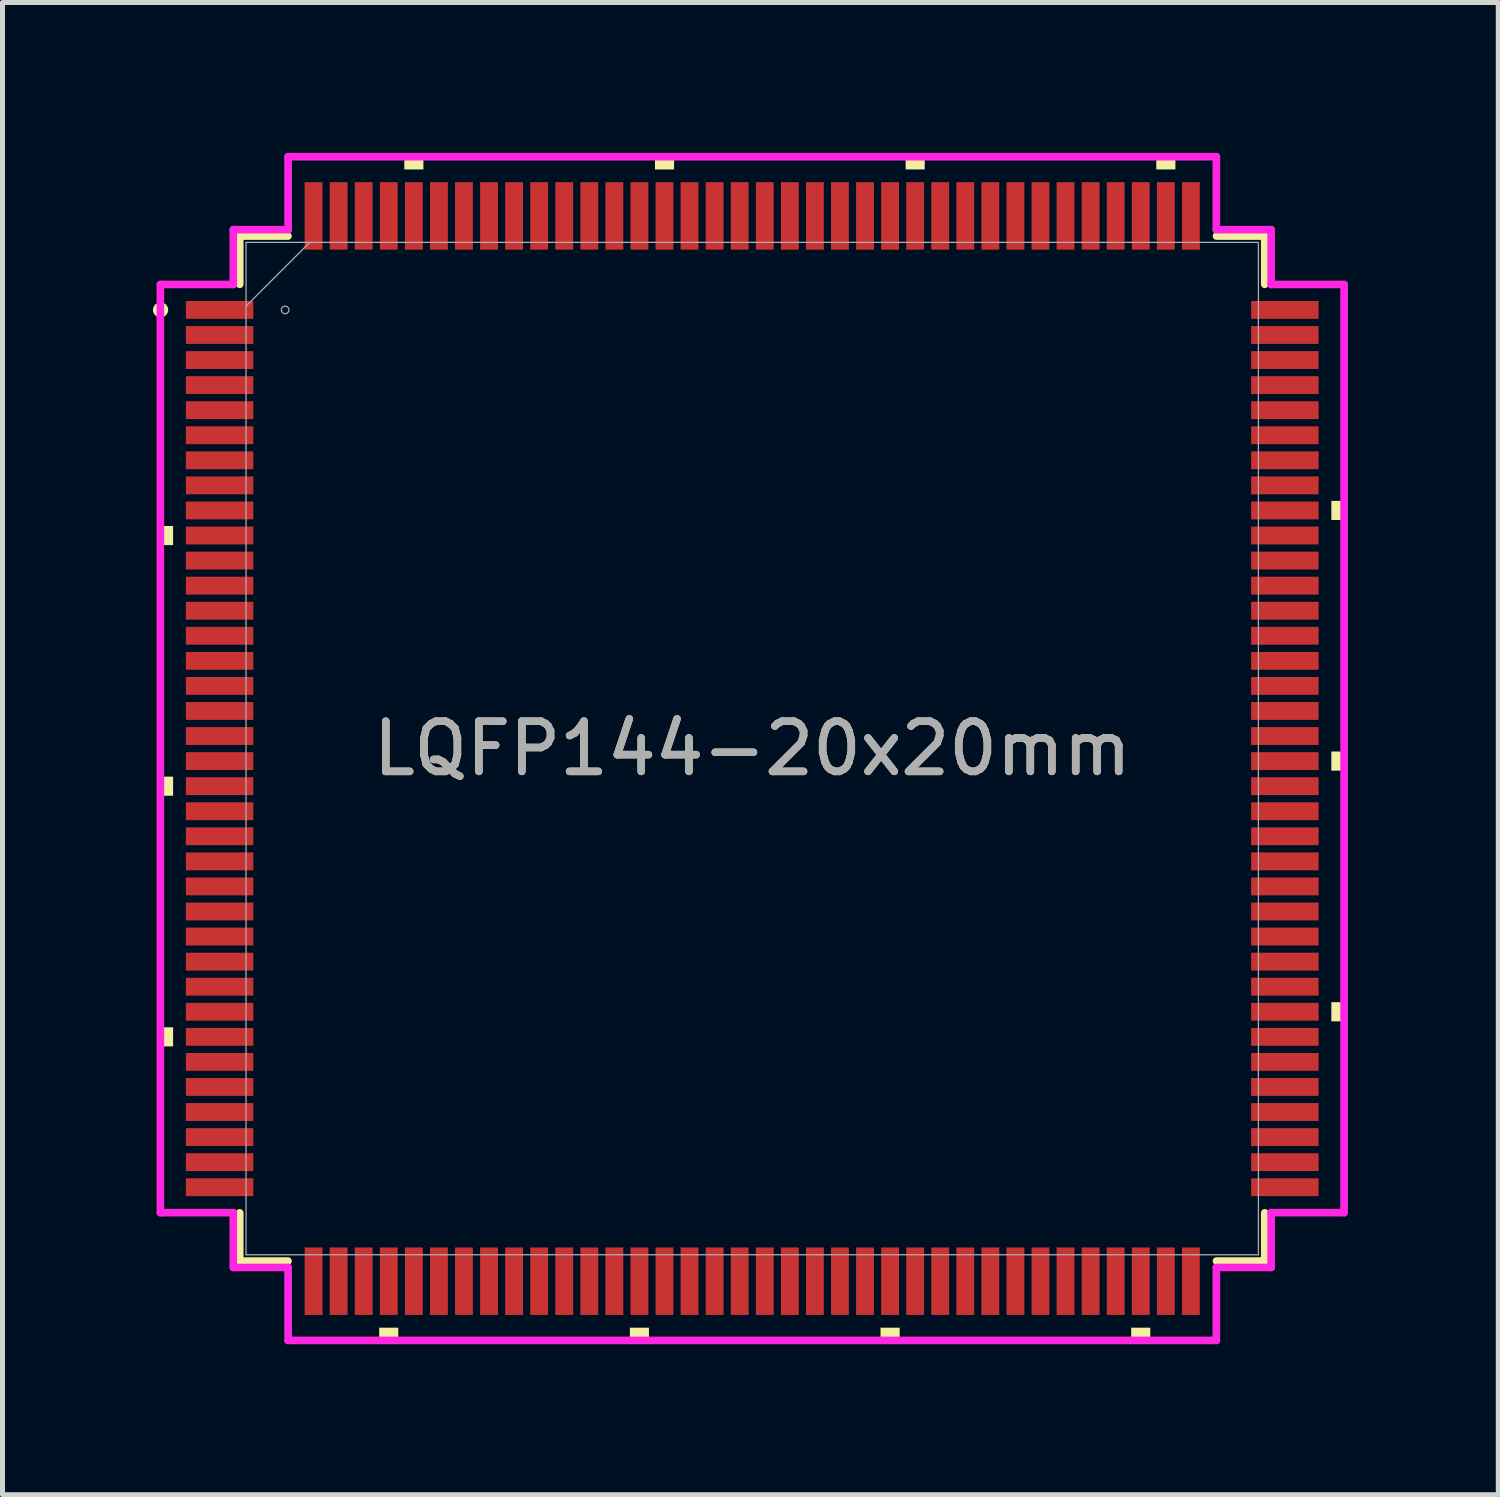
<source format=kicad_pcb>
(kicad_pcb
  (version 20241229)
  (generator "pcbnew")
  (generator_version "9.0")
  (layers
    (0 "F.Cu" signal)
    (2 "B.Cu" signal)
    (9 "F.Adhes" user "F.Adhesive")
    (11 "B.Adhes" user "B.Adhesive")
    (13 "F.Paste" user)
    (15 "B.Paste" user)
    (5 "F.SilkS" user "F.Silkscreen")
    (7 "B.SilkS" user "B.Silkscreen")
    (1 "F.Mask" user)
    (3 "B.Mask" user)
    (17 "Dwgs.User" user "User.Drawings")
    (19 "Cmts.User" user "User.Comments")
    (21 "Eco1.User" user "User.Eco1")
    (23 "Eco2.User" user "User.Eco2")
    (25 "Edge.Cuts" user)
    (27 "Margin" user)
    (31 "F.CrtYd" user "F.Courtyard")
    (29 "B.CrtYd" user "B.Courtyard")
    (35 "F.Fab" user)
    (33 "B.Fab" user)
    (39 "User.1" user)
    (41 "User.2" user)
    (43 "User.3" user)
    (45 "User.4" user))
  (footprint "LQFP144-20x20mm"
    (layer "F.Cu")
    (at 11.955 11.882)
    (property "Reference" "LQFP144-20x20mm" (at 0 0 0) (unlocked yes) (layer "F.SilkS") (effects (font (size 1 1) (thickness 0.15))))
    (attr smd)
    (fp_line (start -10.223 -10.223) (end -10.223 -9.261) (stroke (width 0.152) (type solid)) (layer "F.SilkS"))
    (fp_line (start -10.223 9.261) (end -10.223 10.223) (stroke (width 0.152) (type solid)) (layer "F.SilkS"))
    (fp_line (start -10.223 10.223) (end -9.261 10.223) (stroke (width 0.152) (type solid)) (layer "F.SilkS"))
    (fp_line (start -9.261 -10.223) (end -10.223 -10.223) (stroke (width 0.152) (type solid)) (layer "F.SilkS"))
    (fp_line (start 9.261 10.223) (end 10.223 10.223) (stroke (width 0.152) (type solid)) (layer "F.SilkS"))
    (fp_line (start 10.223 -10.223) (end 9.261 -10.223) (stroke (width 0.152) (type solid)) (layer "F.SilkS"))
    (fp_line (start 10.223 -9.261) (end 10.223 -10.223) (stroke (width 0.152) (type solid)) (layer "F.SilkS"))
    (fp_line (start 10.223 10.223) (end 10.223 9.261) (stroke (width 0.152) (type solid)) (layer "F.SilkS"))
    (fp_circle (center -11.802 -8.75) (end -11.726 -8.75) (stroke (width 0.152) (type solid)) (fill no) (layer "F.SilkS"))
    (fp_poly (pts (xy -11.806 -4.44) (xy -11.806 -4.059) (xy -11.552 -4.059) (xy -11.552 -4.44)) (stroke (width 0) (type solid)) (fill yes) (layer "F.SilkS"))
    (fp_poly (pts (xy -11.806 0.56) (xy -11.806 0.941) (xy -11.552 0.941) (xy -11.552 0.56)) (stroke (width 0) (type solid)) (fill yes) (layer "F.SilkS"))
    (fp_poly (pts (xy -11.806 5.56) (xy -11.806 5.941) (xy -11.552 5.941) (xy -11.552 5.56)) (stroke (width 0) (type solid)) (fill yes) (layer "F.SilkS"))
    (fp_poly (pts (xy -7.441 11.552) (xy -7.441 11.806) (xy -7.06 11.806) (xy -7.06 11.552)) (stroke (width 0) (type solid)) (fill yes) (layer "F.SilkS"))
    (fp_poly (pts (xy -6.94 -11.552) (xy -6.94 -11.806) (xy -6.559 -11.806) (xy -6.559 -11.552)) (stroke (width 0) (type solid)) (fill yes) (layer "F.SilkS"))
    (fp_poly (pts (xy -2.441 11.552) (xy -2.441 11.806) (xy -2.06 11.806) (xy -2.06 11.552)) (stroke (width 0) (type solid)) (fill yes) (layer "F.SilkS"))
    (fp_poly (pts (xy -1.94 -11.552) (xy -1.94 -11.806) (xy -1.559 -11.806) (xy -1.559 -11.552)) (stroke (width 0) (type solid)) (fill yes) (layer "F.SilkS"))
    (fp_poly (pts (xy 2.559 11.552) (xy 2.559 11.806) (xy 2.941 11.806) (xy 2.941 11.552)) (stroke (width 0) (type solid)) (fill yes) (layer "F.SilkS"))
    (fp_poly (pts (xy 3.06 -11.552) (xy 3.06 -11.806) (xy 3.441 -11.806) (xy 3.441 -11.552)) (stroke (width 0) (type solid)) (fill yes) (layer "F.SilkS"))
    (fp_poly (pts (xy 7.559 11.552) (xy 7.559 11.806) (xy 7.941 11.806) (xy 7.941 11.552)) (stroke (width 0) (type solid)) (fill yes) (layer "F.SilkS"))
    (fp_poly (pts (xy 8.06 -11.552) (xy 8.06 -11.806) (xy 8.441 -11.806) (xy 8.441 -11.552)) (stroke (width 0) (type solid)) (fill yes) (layer "F.SilkS"))
    (fp_poly (pts (xy 11.806 -4.941) (xy 11.806 -4.56) (xy 11.552 -4.56) (xy 11.552 -4.941)) (stroke (width 0) (type solid)) (fill yes) (layer "F.SilkS"))
    (fp_poly (pts (xy 11.806 0.059) (xy 11.806 0.441) (xy 11.552 0.441) (xy 11.552 0.059)) (stroke (width 0) (type solid)) (fill yes) (layer "F.SilkS"))
    (fp_poly (pts (xy 11.806 5.059) (xy 11.806 5.441) (xy 11.552 5.441) (xy 11.552 5.059)) (stroke (width 0) (type solid)) (fill yes) (layer "F.SilkS"))
    (fp_line (start -11.806 -9.258) (end -10.351 -9.258) (stroke (width 0.152) (type solid)) (layer "F.CrtYd"))
    (fp_line (start -11.806 9.258) (end -11.806 -9.258) (stroke (width 0.152) (type solid)) (layer "F.CrtYd"))
    (fp_line (start -10.351 -10.351) (end -9.258 -10.351) (stroke (width 0.152) (type solid)) (layer "F.CrtYd"))
    (fp_line (start -10.351 -9.258) (end -10.351 -10.351) (stroke (width 0.152) (type solid)) (layer "F.CrtYd"))
    (fp_line (start -10.351 9.258) (end -11.806 9.258) (stroke (width 0.152) (type solid)) (layer "F.CrtYd"))
    (fp_line (start -10.351 10.351) (end -10.351 9.258) (stroke (width 0.152) (type solid)) (layer "F.CrtYd"))
    (fp_line (start -9.258 -11.806) (end 9.258 -11.806) (stroke (width 0.152) (type solid)) (layer "F.CrtYd"))
    (fp_line (start -9.258 -10.351) (end -9.258 -11.806) (stroke (width 0.152) (type solid)) (layer "F.CrtYd"))
    (fp_line (start -9.258 10.351) (end -10.351 10.351) (stroke (width 0.152) (type solid)) (layer "F.CrtYd"))
    (fp_line (start -9.258 11.806) (end -9.258 10.351) (stroke (width 0.152) (type solid)) (layer "F.CrtYd"))
    (fp_line (start 9.258 -11.806) (end 9.258 -10.351) (stroke (width 0.152) (type solid)) (layer "F.CrtYd"))
    (fp_line (start 9.258 -10.351) (end 10.351 -10.351) (stroke (width 0.152) (type solid)) (layer "F.CrtYd"))
    (fp_line (start 9.258 10.351) (end 9.258 11.806) (stroke (width 0.152) (type solid)) (layer "F.CrtYd"))
    (fp_line (start 9.258 11.806) (end -9.258 11.806) (stroke (width 0.152) (type solid)) (layer "F.CrtYd"))
    (fp_line (start 10.351 -10.351) (end 10.351 -9.258) (stroke (width 0.152) (type solid)) (layer "F.CrtYd"))
    (fp_line (start 10.351 -9.258) (end 11.806 -9.258) (stroke (width 0.152) (type solid)) (layer "F.CrtYd"))
    (fp_line (start 10.351 9.258) (end 10.351 10.351) (stroke (width 0.152) (type solid)) (layer "F.CrtYd"))
    (fp_line (start 10.351 10.351) (end 9.258 10.351) (stroke (width 0.152) (type solid)) (layer "F.CrtYd"))
    (fp_line (start 11.806 -9.258) (end 11.806 9.258) (stroke (width 0.152) (type solid)) (layer "F.CrtYd"))
    (fp_line (start 11.806 9.258) (end 10.351 9.258) (stroke (width 0.152) (type solid)) (layer "F.CrtYd"))
    (fp_line (start -10.097 -10.097) (end -10.097 10.097) (stroke (width 0.025) (type solid)) (layer "F.Fab"))
    (fp_line (start -10.097 -8.826) (end -8.826 -10.097) (stroke (width 0.025) (type solid)) (layer "F.Fab"))
    (fp_line (start -10.097 10.097) (end 10.097 10.097) (stroke (width 0.025) (type solid)) (layer "F.Fab"))
    (fp_line (start 10.097 -10.097) (end -10.097 -10.097) (stroke (width 0.025) (type solid)) (layer "F.Fab"))
    (fp_line (start 10.097 10.097) (end 10.097 -10.097) (stroke (width 0.025) (type solid)) (layer "F.Fab"))
    (fp_circle (center -9.317 -8.75) (end -9.241 -8.75) (stroke (width 0.025) (type solid)) (fill no) (layer "F.Fab"))
    (fp_text user "${REFERENCE}" (at 0 0 0) (unlocked yes) (layer "F.Fab") (effects (font (size 1 1) (thickness 0.15))))
    (pad "1" smd rect (at -10.625 -8.75) (size 1.346 0.356) (layers "F.Cu" "F.Mask" "F.Paste"))
    (pad "2" smd rect (at -10.625 -8.25) (size 1.346 0.356) (layers "F.Cu" "F.Mask" "F.Paste"))
    (pad "3" smd rect (at -10.625 -7.75) (size 1.346 0.356) (layers "F.Cu" "F.Mask" "F.Paste"))
    (pad "4" smd rect (at -10.625 -7.25) (size 1.346 0.356) (layers "F.Cu" "F.Mask" "F.Paste"))
    (pad "5" smd rect (at -10.625 -6.75) (size 1.346 0.356) (layers "F.Cu" "F.Mask" "F.Paste"))
    (pad "6" smd rect (at -10.625 -6.25) (size 1.346 0.356) (layers "F.Cu" "F.Mask" "F.Paste"))
    (pad "7" smd rect (at -10.625 -5.75) (size 1.346 0.356) (layers "F.Cu" "F.Mask" "F.Paste"))
    (pad "8" smd rect (at -10.625 -5.25) (size 1.346 0.356) (layers "F.Cu" "F.Mask" "F.Paste"))
    (pad "9" smd rect (at -10.625 -4.75) (size 1.346 0.356) (layers "F.Cu" "F.Mask" "F.Paste"))
    (pad "10" smd rect (at -10.625 -4.25) (size 1.346 0.356) (layers "F.Cu" "F.Mask" "F.Paste"))
    (pad "11" smd rect (at -10.625 -3.75) (size 1.346 0.356) (layers "F.Cu" "F.Mask" "F.Paste"))
    (pad "12" smd rect (at -10.625 -3.25) (size 1.346 0.356) (layers "F.Cu" "F.Mask" "F.Paste"))
    (pad "13" smd rect (at -10.625 -2.75) (size 1.346 0.356) (layers "F.Cu" "F.Mask" "F.Paste"))
    (pad "14" smd rect (at -10.625 -2.25) (size 1.346 0.356) (layers "F.Cu" "F.Mask" "F.Paste"))
    (pad "15" smd rect (at -10.625 -1.75) (size 1.346 0.356) (layers "F.Cu" "F.Mask" "F.Paste"))
    (pad "16" smd rect (at -10.625 -1.25) (size 1.346 0.356) (layers "F.Cu" "F.Mask" "F.Paste"))
    (pad "17" smd rect (at -10.625 -0.75) (size 1.346 0.356) (layers "F.Cu" "F.Mask" "F.Paste"))
    (pad "18" smd rect (at -10.625 -0.25) (size 1.346 0.356) (layers "F.Cu" "F.Mask" "F.Paste"))
    (pad "19" smd rect (at -10.625 0.25) (size 1.346 0.356) (layers "F.Cu" "F.Mask" "F.Paste"))
    (pad "20" smd rect (at -10.625 0.75) (size 1.346 0.356) (layers "F.Cu" "F.Mask" "F.Paste"))
    (pad "21" smd rect (at -10.625 1.25) (size 1.346 0.356) (layers "F.Cu" "F.Mask" "F.Paste"))
    (pad "22" smd rect (at -10.625 1.75) (size 1.346 0.356) (layers "F.Cu" "F.Mask" "F.Paste"))
    (pad "23" smd rect (at -10.625 2.25) (size 1.346 0.356) (layers "F.Cu" "F.Mask" "F.Paste"))
    (pad "24" smd rect (at -10.625 2.75) (size 1.346 0.356) (layers "F.Cu" "F.Mask" "F.Paste"))
    (pad "25" smd rect (at -10.625 3.25) (size 1.346 0.356) (layers "F.Cu" "F.Mask" "F.Paste"))
    (pad "26" smd rect (at -10.625 3.75) (size 1.346 0.356) (layers "F.Cu" "F.Mask" "F.Paste"))
    (pad "27" smd rect (at -10.625 4.25) (size 1.346 0.356) (layers "F.Cu" "F.Mask" "F.Paste"))
    (pad "28" smd rect (at -10.625 4.75) (size 1.346 0.356) (layers "F.Cu" "F.Mask" "F.Paste"))
    (pad "29" smd rect (at -10.625 5.25) (size 1.346 0.356) (layers "F.Cu" "F.Mask" "F.Paste"))
    (pad "30" smd rect (at -10.625 5.75) (size 1.346 0.356) (layers "F.Cu" "F.Mask" "F.Paste"))
    (pad "31" smd rect (at -10.625 6.25) (size 1.346 0.356) (layers "F.Cu" "F.Mask" "F.Paste"))
    (pad "32" smd rect (at -10.625 6.75) (size 1.346 0.356) (layers "F.Cu" "F.Mask" "F.Paste"))
    (pad "33" smd rect (at -10.625 7.25) (size 1.346 0.356) (layers "F.Cu" "F.Mask" "F.Paste"))
    (pad "34" smd rect (at -10.625 7.75) (size 1.346 0.356) (layers "F.Cu" "F.Mask" "F.Paste"))
    (pad "35" smd rect (at -10.625 8.25) (size 1.346 0.356) (layers "F.Cu" "F.Mask" "F.Paste"))
    (pad "36" smd rect (at -10.625 8.75) (size 1.346 0.356) (layers "F.Cu" "F.Mask" "F.Paste"))
    (pad "37" smd rect (at -8.75 10.625 90) (size 1.346 0.356) (layers "F.Cu" "F.Mask" "F.Paste"))
    (pad "38" smd rect (at -8.25 10.625 90) (size 1.346 0.356) (layers "F.Cu" "F.Mask" "F.Paste"))
    (pad "39" smd rect (at -7.75 10.625 90) (size 1.346 0.356) (layers "F.Cu" "F.Mask" "F.Paste"))
    (pad "40" smd rect (at -7.25 10.625 90) (size 1.346 0.356) (layers "F.Cu" "F.Mask" "F.Paste"))
    (pad "41" smd rect (at -6.75 10.625 90) (size 1.346 0.356) (layers "F.Cu" "F.Mask" "F.Paste"))
    (pad "42" smd rect (at -6.25 10.625 90) (size 1.346 0.356) (layers "F.Cu" "F.Mask" "F.Paste"))
    (pad "43" smd rect (at -5.75 10.625 90) (size 1.346 0.356) (layers "F.Cu" "F.Mask" "F.Paste"))
    (pad "44" smd rect (at -5.25 10.625 90) (size 1.346 0.356) (layers "F.Cu" "F.Mask" "F.Paste"))
    (pad "45" smd rect (at -4.75 10.625 90) (size 1.346 0.356) (layers "F.Cu" "F.Mask" "F.Paste"))
    (pad "46" smd rect (at -4.25 10.625 90) (size 1.346 0.356) (layers "F.Cu" "F.Mask" "F.Paste"))
    (pad "47" smd rect (at -3.75 10.625 90) (size 1.346 0.356) (layers "F.Cu" "F.Mask" "F.Paste"))
    (pad "48" smd rect (at -3.25 10.625 90) (size 1.346 0.356) (layers "F.Cu" "F.Mask" "F.Paste"))
    (pad "49" smd rect (at -2.75 10.625 90) (size 1.346 0.356) (layers "F.Cu" "F.Mask" "F.Paste"))
    (pad "50" smd rect (at -2.25 10.625 90) (size 1.346 0.356) (layers "F.Cu" "F.Mask" "F.Paste"))
    (pad "51" smd rect (at -1.75 10.625 90) (size 1.346 0.356) (layers "F.Cu" "F.Mask" "F.Paste"))
    (pad "52" smd rect (at -1.25 10.625 90) (size 1.346 0.356) (layers "F.Cu" "F.Mask" "F.Paste"))
    (pad "53" smd rect (at -0.75 10.625 90) (size 1.346 0.356) (layers "F.Cu" "F.Mask" "F.Paste"))
    (pad "54" smd rect (at -0.25 10.625 90) (size 1.346 0.356) (layers "F.Cu" "F.Mask" "F.Paste"))
    (pad "55" smd rect (at 0.25 10.625 90) (size 1.346 0.356) (layers "F.Cu" "F.Mask" "F.Paste"))
    (pad "56" smd rect (at 0.75 10.625 90) (size 1.346 0.356) (layers "F.Cu" "F.Mask" "F.Paste"))
    (pad "57" smd rect (at 1.25 10.625 90) (size 1.346 0.356) (layers "F.Cu" "F.Mask" "F.Paste"))
    (pad "58" smd rect (at 1.75 10.625 90) (size 1.346 0.356) (layers "F.Cu" "F.Mask" "F.Paste"))
    (pad "59" smd rect (at 2.25 10.625 90) (size 1.346 0.356) (layers "F.Cu" "F.Mask" "F.Paste"))
    (pad "60" smd rect (at 2.75 10.625 90) (size 1.346 0.356) (layers "F.Cu" "F.Mask" "F.Paste"))
    (pad "61" smd rect (at 3.25 10.625 90) (size 1.346 0.356) (layers "F.Cu" "F.Mask" "F.Paste"))
    (pad "62" smd rect (at 3.75 10.625 90) (size 1.346 0.356) (layers "F.Cu" "F.Mask" "F.Paste"))
    (pad "63" smd rect (at 4.25 10.625 90) (size 1.346 0.356) (layers "F.Cu" "F.Mask" "F.Paste"))
    (pad "64" smd rect (at 4.75 10.625 90) (size 1.346 0.356) (layers "F.Cu" "F.Mask" "F.Paste"))
    (pad "65" smd rect (at 5.25 10.625 90) (size 1.346 0.356) (layers "F.Cu" "F.Mask" "F.Paste"))
    (pad "66" smd rect (at 5.75 10.625 90) (size 1.346 0.356) (layers "F.Cu" "F.Mask" "F.Paste"))
    (pad "67" smd rect (at 6.25 10.625 90) (size 1.346 0.356) (layers "F.Cu" "F.Mask" "F.Paste"))
    (pad "68" smd rect (at 6.75 10.625 90) (size 1.346 0.356) (layers "F.Cu" "F.Mask" "F.Paste"))
    (pad "69" smd rect (at 7.25 10.625 90) (size 1.346 0.356) (layers "F.Cu" "F.Mask" "F.Paste"))
    (pad "70" smd rect (at 7.75 10.625 90) (size 1.346 0.356) (layers "F.Cu" "F.Mask" "F.Paste"))
    (pad "71" smd rect (at 8.25 10.625 90) (size 1.346 0.356) (layers "F.Cu" "F.Mask" "F.Paste"))
    (pad "72" smd rect (at 8.75 10.625 90) (size 1.346 0.356) (layers "F.Cu" "F.Mask" "F.Paste"))
    (pad "73" smd rect (at 10.625 8.75) (size 1.346 0.356) (layers "F.Cu" "F.Mask" "F.Paste"))
    (pad "74" smd rect (at 10.625 8.25) (size 1.346 0.356) (layers "F.Cu" "F.Mask" "F.Paste"))
    (pad "75" smd rect (at 10.625 7.75) (size 1.346 0.356) (layers "F.Cu" "F.Mask" "F.Paste"))
    (pad "76" smd rect (at 10.625 7.25) (size 1.346 0.356) (layers "F.Cu" "F.Mask" "F.Paste"))
    (pad "77" smd rect (at 10.625 6.75) (size 1.346 0.356) (layers "F.Cu" "F.Mask" "F.Paste"))
    (pad "78" smd rect (at 10.625 6.25) (size 1.346 0.356) (layers "F.Cu" "F.Mask" "F.Paste"))
    (pad "79" smd rect (at 10.625 5.75) (size 1.346 0.356) (layers "F.Cu" "F.Mask" "F.Paste"))
    (pad "80" smd rect (at 10.625 5.25) (size 1.346 0.356) (layers "F.Cu" "F.Mask" "F.Paste"))
    (pad "81" smd rect (at 10.625 4.75) (size 1.346 0.356) (layers "F.Cu" "F.Mask" "F.Paste"))
    (pad "82" smd rect (at 10.625 4.25) (size 1.346 0.356) (layers "F.Cu" "F.Mask" "F.Paste"))
    (pad "83" smd rect (at 10.625 3.75) (size 1.346 0.356) (layers "F.Cu" "F.Mask" "F.Paste"))
    (pad "84" smd rect (at 10.625 3.25) (size 1.346 0.356) (layers "F.Cu" "F.Mask" "F.Paste"))
    (pad "85" smd rect (at 10.625 2.75) (size 1.346 0.356) (layers "F.Cu" "F.Mask" "F.Paste"))
    (pad "86" smd rect (at 10.625 2.25) (size 1.346 0.356) (layers "F.Cu" "F.Mask" "F.Paste"))
    (pad "87" smd rect (at 10.625 1.75) (size 1.346 0.356) (layers "F.Cu" "F.Mask" "F.Paste"))
    (pad "88" smd rect (at 10.625 1.25) (size 1.346 0.356) (layers "F.Cu" "F.Mask" "F.Paste"))
    (pad "89" smd rect (at 10.625 0.75) (size 1.346 0.356) (layers "F.Cu" "F.Mask" "F.Paste"))
    (pad "90" smd rect (at 10.625 0.25) (size 1.346 0.356) (layers "F.Cu" "F.Mask" "F.Paste"))
    (pad "91" smd rect (at 10.625 -0.25) (size 1.346 0.356) (layers "F.Cu" "F.Mask" "F.Paste"))
    (pad "92" smd rect (at 10.625 -0.75) (size 1.346 0.356) (layers "F.Cu" "F.Mask" "F.Paste"))
    (pad "93" smd rect (at 10.625 -1.25) (size 1.346 0.356) (layers "F.Cu" "F.Mask" "F.Paste"))
    (pad "94" smd rect (at 10.625 -1.75) (size 1.346 0.356) (layers "F.Cu" "F.Mask" "F.Paste"))
    (pad "95" smd rect (at 10.625 -2.25) (size 1.346 0.356) (layers "F.Cu" "F.Mask" "F.Paste"))
    (pad "96" smd rect (at 10.625 -2.75) (size 1.346 0.356) (layers "F.Cu" "F.Mask" "F.Paste"))
    (pad "97" smd rect (at 10.625 -3.25) (size 1.346 0.356) (layers "F.Cu" "F.Mask" "F.Paste"))
    (pad "98" smd rect (at 10.625 -3.75) (size 1.346 0.356) (layers "F.Cu" "F.Mask" "F.Paste"))
    (pad "99" smd rect (at 10.625 -4.25) (size 1.346 0.356) (layers "F.Cu" "F.Mask" "F.Paste"))
    (pad "100" smd rect (at 10.625 -4.75) (size 1.346 0.356) (layers "F.Cu" "F.Mask" "F.Paste"))
    (pad "101" smd rect (at 10.625 -5.25) (size 1.346 0.356) (layers "F.Cu" "F.Mask" "F.Paste"))
    (pad "102" smd rect (at 10.625 -5.75) (size 1.346 0.356) (layers "F.Cu" "F.Mask" "F.Paste"))
    (pad "103" smd rect (at 10.625 -6.25) (size 1.346 0.356) (layers "F.Cu" "F.Mask" "F.Paste"))
    (pad "104" smd rect (at 10.625 -6.75) (size 1.346 0.356) (layers "F.Cu" "F.Mask" "F.Paste"))
    (pad "105" smd rect (at 10.625 -7.25) (size 1.346 0.356) (layers "F.Cu" "F.Mask" "F.Paste"))
    (pad "106" smd rect (at 10.625 -7.75) (size 1.346 0.356) (layers "F.Cu" "F.Mask" "F.Paste"))
    (pad "107" smd rect (at 10.625 -8.25) (size 1.346 0.356) (layers "F.Cu" "F.Mask" "F.Paste"))
    (pad "108" smd rect (at 10.625 -8.75) (size 1.346 0.356) (layers "F.Cu" "F.Mask" "F.Paste"))
    (pad "109" smd rect (at 8.75 -10.625 90) (size 1.346 0.356) (layers "F.Cu" "F.Mask" "F.Paste"))
    (pad "110" smd rect (at 8.25 -10.625 90) (size 1.346 0.356) (layers "F.Cu" "F.Mask" "F.Paste"))
    (pad "111" smd rect (at 7.75 -10.625 90) (size 1.346 0.356) (layers "F.Cu" "F.Mask" "F.Paste"))
    (pad "112" smd rect (at 7.25 -10.625 90) (size 1.346 0.356) (layers "F.Cu" "F.Mask" "F.Paste"))
    (pad "113" smd rect (at 6.75 -10.625 90) (size 1.346 0.356) (layers "F.Cu" "F.Mask" "F.Paste"))
    (pad "114" smd rect (at 6.25 -10.625 90) (size 1.346 0.356) (layers "F.Cu" "F.Mask" "F.Paste"))
    (pad "115" smd rect (at 5.75 -10.625 90) (size 1.346 0.356) (layers "F.Cu" "F.Mask" "F.Paste"))
    (pad "116" smd rect (at 5.25 -10.625 90) (size 1.346 0.356) (layers "F.Cu" "F.Mask" "F.Paste"))
    (pad "117" smd rect (at 4.75 -10.625 90) (size 1.346 0.356) (layers "F.Cu" "F.Mask" "F.Paste"))
    (pad "118" smd rect (at 4.25 -10.625 90) (size 1.346 0.356) (layers "F.Cu" "F.Mask" "F.Paste"))
    (pad "119" smd rect (at 3.75 -10.625 90) (size 1.346 0.356) (layers "F.Cu" "F.Mask" "F.Paste"))
    (pad "120" smd rect (at 3.25 -10.625 90) (size 1.346 0.356) (layers "F.Cu" "F.Mask" "F.Paste"))
    (pad "121" smd rect (at 2.75 -10.625 90) (size 1.346 0.356) (layers "F.Cu" "F.Mask" "F.Paste"))
    (pad "122" smd rect (at 2.25 -10.625 90) (size 1.346 0.356) (layers "F.Cu" "F.Mask" "F.Paste"))
    (pad "123" smd rect (at 1.75 -10.625 90) (size 1.346 0.356) (layers "F.Cu" "F.Mask" "F.Paste"))
    (pad "124" smd rect (at 1.25 -10.625 90) (size 1.346 0.356) (layers "F.Cu" "F.Mask" "F.Paste"))
    (pad "125" smd rect (at 0.75 -10.625 90) (size 1.346 0.356) (layers "F.Cu" "F.Mask" "F.Paste"))
    (pad "126" smd rect (at 0.25 -10.625 90) (size 1.346 0.356) (layers "F.Cu" "F.Mask" "F.Paste"))
    (pad "127" smd rect (at -0.25 -10.625 90) (size 1.346 0.356) (layers "F.Cu" "F.Mask" "F.Paste"))
    (pad "128" smd rect (at -0.75 -10.625 90) (size 1.346 0.356) (layers "F.Cu" "F.Mask" "F.Paste"))
    (pad "129" smd rect (at -1.25 -10.625 90) (size 1.346 0.356) (layers "F.Cu" "F.Mask" "F.Paste"))
    (pad "130" smd rect (at -1.75 -10.625 90) (size 1.346 0.356) (layers "F.Cu" "F.Mask" "F.Paste"))
    (pad "131" smd rect (at -2.25 -10.625 90) (size 1.346 0.356) (layers "F.Cu" "F.Mask" "F.Paste"))
    (pad "132" smd rect (at -2.75 -10.625 90) (size 1.346 0.356) (layers "F.Cu" "F.Mask" "F.Paste"))
    (pad "133" smd rect (at -3.25 -10.625 90) (size 1.346 0.356) (layers "F.Cu" "F.Mask" "F.Paste"))
    (pad "134" smd rect (at -3.75 -10.625 90) (size 1.346 0.356) (layers "F.Cu" "F.Mask" "F.Paste"))
    (pad "135" smd rect (at -4.25 -10.625 90) (size 1.346 0.356) (layers "F.Cu" "F.Mask" "F.Paste"))
    (pad "136" smd rect (at -4.75 -10.625 90) (size 1.346 0.356) (layers "F.Cu" "F.Mask" "F.Paste"))
    (pad "137" smd rect (at -5.25 -10.625 90) (size 1.346 0.356) (layers "F.Cu" "F.Mask" "F.Paste"))
    (pad "138" smd rect (at -5.75 -10.625 90) (size 1.346 0.356) (layers "F.Cu" "F.Mask" "F.Paste"))
    (pad "139" smd rect (at -6.25 -10.625 90) (size 1.346 0.356) (layers "F.Cu" "F.Mask" "F.Paste"))
    (pad "140" smd rect (at -6.75 -10.625 90) (size 1.346 0.356) (layers "F.Cu" "F.Mask" "F.Paste"))
    (pad "141" smd rect (at -7.25 -10.625 90) (size 1.346 0.356) (layers "F.Cu" "F.Mask" "F.Paste"))
    (pad "142" smd rect (at -7.75 -10.625 90) (size 1.346 0.356) (layers "F.Cu" "F.Mask" "F.Paste"))
    (pad "143" smd rect (at -8.25 -10.625 90) (size 1.346 0.356) (layers "F.Cu" "F.Mask" "F.Paste"))
    (pad "144" smd rect (at -8.75 -10.625 90) (size 1.346 0.356) (layers "F.Cu" "F.Mask" "F.Paste")))
  (gr_rect
    (start -3 -3)
    (end 26.837 26.765)
    (stroke (width 0.1) (type default))
    (fill no)
    (layer "Edge.Cuts")))
</source>
